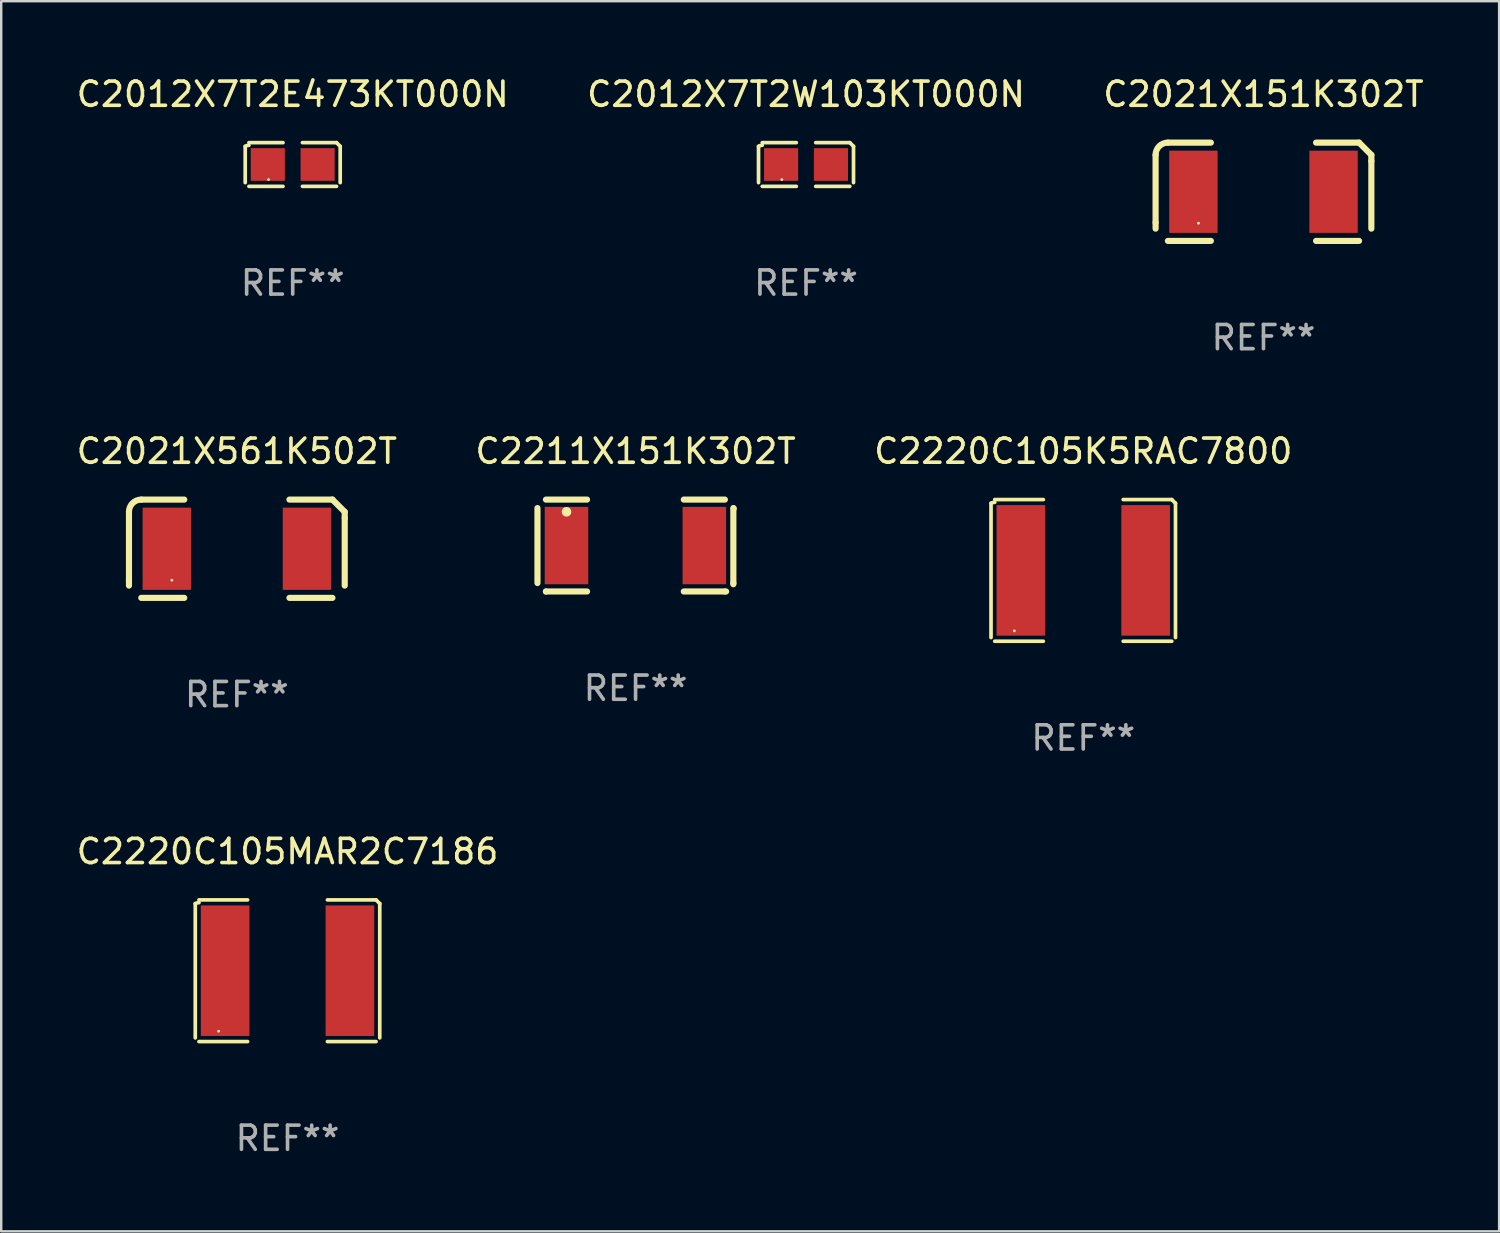
<source format=kicad_pcb>
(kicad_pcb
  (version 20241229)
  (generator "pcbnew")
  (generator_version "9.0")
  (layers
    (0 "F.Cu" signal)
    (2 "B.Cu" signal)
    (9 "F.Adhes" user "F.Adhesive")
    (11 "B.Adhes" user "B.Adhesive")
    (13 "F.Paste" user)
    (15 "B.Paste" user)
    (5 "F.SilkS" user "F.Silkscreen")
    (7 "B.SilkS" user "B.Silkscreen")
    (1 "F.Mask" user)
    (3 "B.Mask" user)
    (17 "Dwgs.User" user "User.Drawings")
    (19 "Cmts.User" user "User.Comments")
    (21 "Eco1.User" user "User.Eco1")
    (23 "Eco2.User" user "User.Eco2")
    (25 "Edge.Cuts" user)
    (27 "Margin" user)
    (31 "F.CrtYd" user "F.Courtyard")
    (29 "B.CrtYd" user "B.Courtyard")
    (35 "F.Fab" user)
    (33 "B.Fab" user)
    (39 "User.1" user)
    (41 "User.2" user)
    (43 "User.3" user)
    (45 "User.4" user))
  (footprint "C2220C105MAR2C7186"
    (layer "F.Cu")
    (at 8.839 37.091)
    (property "Reference" "C2220C105MAR2C7186" (at 0 -4.929 0) (layer "F.SilkS") (effects (font (size 1 1) (thickness 0.15))))
    (attr through_hole)
    (fp_line (start -3.814 2.776) (end -3.814 -2.776) (stroke (width 0.152) (type solid)) (layer "F.SilkS"))
    (fp_line (start -3.661 -2.929) (end -1.651 -2.929) (stroke (width 0.152) (type solid)) (layer "F.SilkS"))
    (fp_line (start -1.651 2.929) (end -3.661 2.929) (stroke (width 0.152) (type solid)) (layer "F.SilkS"))
    (fp_line (start 1.651 2.929) (end 3.661 2.929) (stroke (width 0.152) (type solid)) (layer "F.SilkS"))
    (fp_line (start 3.661 -2.929) (end 1.651 -2.929) (stroke (width 0.152) (type solid)) (layer "F.SilkS"))
    (fp_line (start 3.814 2.776) (end 3.814 -2.776) (stroke (width 0.152) (type solid)) (layer "F.SilkS"))
    (fp_arc (start -3.813614 -2.7762) (mid -3.739925 -2.805625) (end -3.661214 -2.815646) (stroke (width 0.1524) (type solid)) (layer "F.SilkS"))
    (fp_arc (start 3.661214 -2.9286) (mid 3.737425 -2.852411) (end 3.813614 -2.7762) (stroke (width 0.1524) (type solid)) (layer "F.SilkS"))
    (fp_circle (center -2.85 2.5) (end -2.82 2.5) (stroke (width 0.06) (type solid)) (fill no) (layer "F.SilkS"))
    (fp_text user "REF**" (at 0 6.929 0) (layer "F.Fab") (effects (font (size 1 1) (thickness 0.15))))
    (pad "1" smd rect (at -2.58 0) (size 2.01 5.4) (layers "F.Cu" "F.Mask" "F.Paste"))
    (pad "2" smd rect (at 2.58 0) (size 2.01 5.4) (layers "F.Cu" "F.Mask" "F.Paste")))
  (footprint "C2220C105K5RAC7800"
    (layer "F.Cu")
    (at 41.744 20.537)
    (property "Reference" "C2220C105K5RAC7800" (at 0 -4.929 0) (layer "F.SilkS") (effects (font (size 1 1) (thickness 0.15))))
    (attr through_hole)
    (fp_line (start -3.814 2.776) (end -3.814 -2.776) (stroke (width 0.152) (type solid)) (layer "F.SilkS"))
    (fp_line (start -3.661 -2.929) (end -1.651 -2.929) (stroke (width 0.152) (type solid)) (layer "F.SilkS"))
    (fp_line (start -1.651 2.929) (end -3.661 2.929) (stroke (width 0.152) (type solid)) (layer "F.SilkS"))
    (fp_line (start 1.651 2.929) (end 3.661 2.929) (stroke (width 0.152) (type solid)) (layer "F.SilkS"))
    (fp_line (start 3.661 -2.929) (end 1.651 -2.929) (stroke (width 0.152) (type solid)) (layer "F.SilkS"))
    (fp_line (start 3.814 2.776) (end 3.814 -2.776) (stroke (width 0.152) (type solid)) (layer "F.SilkS"))
    (fp_arc (start -3.813614 -2.7762) (mid -3.739925 -2.805625) (end -3.661214 -2.815646) (stroke (width 0.1524) (type solid)) (layer "F.SilkS"))
    (fp_arc (start 3.661214 -2.9286) (mid 3.737425 -2.852411) (end 3.813614 -2.7762) (stroke (width 0.1524) (type solid)) (layer "F.SilkS"))
    (fp_circle (center -2.85 2.5) (end -2.82 2.5) (stroke (width 0.06) (type solid)) (fill no) (layer "F.SilkS"))
    (fp_text user "REF**" (at 0 6.929 0) (layer "F.Fab") (effects (font (size 1 1) (thickness 0.15))))
    (pad "1" smd rect (at -2.58 0) (size 2.01 5.4) (layers "F.Cu" "F.Mask" "F.Paste"))
    (pad "2" smd rect (at 2.58 0) (size 2.01 5.4) (layers "F.Cu" "F.Mask" "F.Paste")))
  (footprint "C2021X561K502T"
    (layer "F.Cu")
    (at 6.744 19.641)
    (property "Reference" "C2021X561K502T" (at 0 -4.032 0) (layer "F.SilkS") (effects (font (size 1 1) (thickness 0.15))))
    (attr through_hole)
    (fp_line (start -4.461 -1.524) (end -4.461 1.27) (stroke (width 0.254) (type solid)) (layer "F.SilkS"))
    (fp_line (start -4.461 1.27) (end -4.461 1.524) (stroke (width 0.254) (type solid)) (layer "F.SilkS"))
    (fp_line (start -3.953 2.032) (end -2.175 2.032) (stroke (width 0.254) (type solid)) (layer "F.SilkS"))
    (fp_line (start -2.175 -2.032) (end -3.953 -2.032) (stroke (width 0.254) (type solid)) (layer "F.SilkS"))
    (fp_line (start 2.175 2.032) (end 3.953 2.032) (stroke (width 0.254) (type solid)) (layer "F.SilkS"))
    (fp_line (start 3.953 -2.032) (end 2.175 -2.032) (stroke (width 0.254) (type solid)) (layer "F.SilkS"))
    (fp_line (start 4.461 -1.27) (end 4.461 -1.524) (stroke (width 0.254) (type solid)) (layer "F.SilkS"))
    (fp_line (start 4.461 1.524) (end 4.461 -1.27) (stroke (width 0.254) (type solid)) (layer "F.SilkS"))
    (fp_arc (start -4.461494 -1.524003) (mid -4.312704 -1.883214) (end -3.953493 -2.032004) (stroke (width 0.254001) (type solid)) (layer "F.SilkS"))
    (fp_arc (start 4.461494 -1.524003) (mid 4.207365 -1.777873) (end 3.953495 -2.032002) (stroke (width 0.254001) (type solid)) (layer "F.SilkS"))
    (fp_circle (center -2.687 1.3) (end -2.657 1.3) (stroke (width 0.06) (type solid)) (fill no) (layer "F.SilkS"))
    (fp_text user "REF**" (at 0 6.032 0) (layer "F.Fab") (effects (font (size 1 1) (thickness 0.15))))
    (pad "1" smd rect (at -2.897 0) (size 2 3.4) (layers "F.Cu" "F.Mask" "F.Paste"))
    (pad "2" smd rect (at 2.898 0) (size 2 3.4) (layers "F.Cu" "F.Mask" "F.Paste")))
  (footprint "C2211X151K302T"
    (layer "F.Cu")
    (at 23.232 19.509)
    (property "Reference" "C2211X151K302T" (at 0 -3.9 0) (layer "F.SilkS") (effects (font (size 1 1) (thickness 0.15))))
    (attr through_hole)
    (fp_line (start -4.057 -1.55) (end -4.057 1.55) (stroke (width 0.254) (type solid)) (layer "F.SilkS"))
    (fp_line (start -3.707 1.9) (end -3.707 1.9) (stroke (width 0.254) (type solid)) (layer "F.SilkS"))
    (fp_line (start -2.007 -1.9) (end -3.707 -1.9) (stroke (width 0.254) (type solid)) (layer "F.SilkS"))
    (fp_line (start -2.007 1.9) (end -3.707 1.9) (stroke (width 0.254) (type solid)) (layer "F.SilkS"))
    (fp_line (start 1.993 -1.9) (end 3.693 -1.9) (stroke (width 0.254) (type solid)) (layer "F.SilkS"))
    (fp_line (start 1.993 1.9) (end 3.693 1.9) (stroke (width 0.254) (type solid)) (layer "F.SilkS"))
    (fp_line (start 3.743 1.9) (end 3.693 1.9) (stroke (width 0.254) (type solid)) (layer "F.SilkS"))
    (fp_line (start 4.043 -1.55) (end 4.043 1.55) (stroke (width 0.254) (type solid)) (layer "F.SilkS"))
    (fp_line (start 4.043 1.6) (end 4.043 1.55) (stroke (width 0.254) (type solid)) (layer "F.SilkS"))
    (fp_line (start 4.057 -1.536) (end 4.057 -1.524) (stroke (width 0.254) (type solid)) (layer "F.SilkS"))
    (fp_circle (center -2.857 -1.395) (end -2.757 -1.395) (stroke (width 0.2) (type solid)) (fill no) (layer "F.SilkS"))
    (fp_text user "REF**" (at 0 5.9 0) (layer "F.Fab") (effects (font (size 1 1) (thickness 0.15))))
    (pad "1" smd rect (at -2.857 0 90) (size 3.2 1.8) (layers "F.Cu" "F.Mask" "F.Paste"))
    (pad "2" smd rect (at 2.843 0 90) (size 3.2 1.8) (layers "F.Cu" "F.Mask" "F.Paste")))
  (footprint "C2012X7T2E473KT000N"
    (layer "F.Cu")
    (at 9.054 3.752)
    (property "Reference" "C2012X7T2E473KT000N" (at 0 -2.904 0) (layer "F.SilkS") (effects (font (size 1 1) (thickness 0.15))))
    (attr through_hole)
    (fp_line (start -1.964 0.751) (end -1.964 -0.751) (stroke (width 0.152) (type solid)) (layer "F.SilkS"))
    (fp_line (start -1.811 -0.904) (end -0.401 -0.904) (stroke (width 0.152) (type solid)) (layer "F.SilkS"))
    (fp_line (start -0.401 0.904) (end -1.811 0.904) (stroke (width 0.152) (type solid)) (layer "F.SilkS"))
    (fp_line (start 0.401 0.904) (end 1.811 0.904) (stroke (width 0.152) (type solid)) (layer "F.SilkS"))
    (fp_line (start 1.811 -0.904) (end 0.401 -0.904) (stroke (width 0.152) (type solid)) (layer "F.SilkS"))
    (fp_line (start 1.964 0.751) (end 1.964 -0.751) (stroke (width 0.152) (type solid)) (layer "F.SilkS"))
    (fp_arc (start -1.963602 -0.751207) (mid -1.890354 -0.783131) (end -1.811201 -0.794044) (stroke (width 0.1524) (type solid)) (layer "F.SilkS"))
    (fp_arc (start 1.811202 -0.903607) (mid 1.887413 -0.827418) (end 1.963602 -0.751207) (stroke (width 0.1524) (type solid)) (layer "F.SilkS"))
    (fp_circle (center -1 0.625) (end -0.97 0.625) (stroke (width 0.06) (type solid)) (fill no) (layer "F.SilkS"))
    (fp_text user "REF**" (at 0 4.904 0) (layer "F.Fab") (effects (font (size 1 1) (thickness 0.15))))
    (pad "1" smd rect (at -1.03 0) (size 1.41 1.35) (layers "F.Cu" "F.Mask" "F.Paste"))
    (pad "2" smd rect (at 1.03 0) (size 1.41 1.35) (layers "F.Cu" "F.Mask" "F.Paste")))
  (footprint "C2012X7T2W103KT000N"
    (layer "F.Cu")
    (at 30.28 3.752)
    (property "Reference" "C2012X7T2W103KT000N" (at 0 -2.904 0) (layer "F.SilkS") (effects (font (size 1 1) (thickness 0.15))))
    (attr through_hole)
    (fp_line (start -1.964 0.751) (end -1.964 -0.751) (stroke (width 0.152) (type solid)) (layer "F.SilkS"))
    (fp_line (start -1.811 -0.904) (end -0.401 -0.904) (stroke (width 0.152) (type solid)) (layer "F.SilkS"))
    (fp_line (start -0.401 0.904) (end -1.811 0.904) (stroke (width 0.152) (type solid)) (layer "F.SilkS"))
    (fp_line (start 0.401 0.904) (end 1.811 0.904) (stroke (width 0.152) (type solid)) (layer "F.SilkS"))
    (fp_line (start 1.811 -0.904) (end 0.401 -0.904) (stroke (width 0.152) (type solid)) (layer "F.SilkS"))
    (fp_line (start 1.964 0.751) (end 1.964 -0.751) (stroke (width 0.152) (type solid)) (layer "F.SilkS"))
    (fp_arc (start -1.963602 -0.751207) (mid -1.890354 -0.783131) (end -1.811201 -0.794044) (stroke (width 0.1524) (type solid)) (layer "F.SilkS"))
    (fp_arc (start 1.811202 -0.903607) (mid 1.887413 -0.827418) (end 1.963602 -0.751207) (stroke (width 0.1524) (type solid)) (layer "F.SilkS"))
    (fp_circle (center -1 0.625) (end -0.97 0.625) (stroke (width 0.06) (type solid)) (fill no) (layer "F.SilkS"))
    (fp_text user "REF**" (at 0 4.904 0) (layer "F.Fab") (effects (font (size 1 1) (thickness 0.15))))
    (pad "1" smd rect (at -1.03 0) (size 1.41 1.35) (layers "F.Cu" "F.Mask" "F.Paste"))
    (pad "2" smd rect (at 1.03 0) (size 1.41 1.35) (layers "F.Cu" "F.Mask" "F.Paste")))
  (footprint "C2021X151K302T"
    (layer "F.Cu")
    (at 49.196 4.88)
    (property "Reference" "C2021X151K302T" (at 0 -4.032 0) (layer "F.SilkS") (effects (font (size 1 1) (thickness 0.15))))
    (attr through_hole)
    (fp_line (start -4.461 -1.524) (end -4.461 1.27) (stroke (width 0.254) (type solid)) (layer "F.SilkS"))
    (fp_line (start -4.461 1.27) (end -4.461 1.524) (stroke (width 0.254) (type solid)) (layer "F.SilkS"))
    (fp_line (start -3.953 2.032) (end -2.175 2.032) (stroke (width 0.254) (type solid)) (layer "F.SilkS"))
    (fp_line (start -2.175 -2.032) (end -3.953 -2.032) (stroke (width 0.254) (type solid)) (layer "F.SilkS"))
    (fp_line (start 2.175 2.032) (end 3.953 2.032) (stroke (width 0.254) (type solid)) (layer "F.SilkS"))
    (fp_line (start 3.953 -2.032) (end 2.175 -2.032) (stroke (width 0.254) (type solid)) (layer "F.SilkS"))
    (fp_line (start 4.461 -1.27) (end 4.461 -1.524) (stroke (width 0.254) (type solid)) (layer "F.SilkS"))
    (fp_line (start 4.461 1.524) (end 4.461 -1.27) (stroke (width 0.254) (type solid)) (layer "F.SilkS"))
    (fp_arc (start -4.461494 -1.524003) (mid -4.312704 -1.883214) (end -3.953493 -2.032004) (stroke (width 0.254001) (type solid)) (layer "F.SilkS"))
    (fp_arc (start 4.461494 -1.524003) (mid 4.207365 -1.777873) (end 3.953495 -2.032002) (stroke (width 0.254001) (type solid)) (layer "F.SilkS"))
    (fp_circle (center -2.687 1.3) (end -2.657 1.3) (stroke (width 0.06) (type solid)) (fill no) (layer "F.SilkS"))
    (fp_text user "REF**" (at 0 6.032 0) (layer "F.Fab") (effects (font (size 1 1) (thickness 0.15))))
    (pad "1" smd rect (at -2.897 0) (size 2 3.4) (layers "F.Cu" "F.Mask" "F.Paste"))
    (pad "2" smd rect (at 2.898 0) (size 2 3.4) (layers "F.Cu" "F.Mask" "F.Paste")))
  (gr_rect
    (start -3 -3)
    (end 58.94 47.868)
    (stroke (width 0.1) (type default))
    (fill no)
    (layer "Edge.Cuts")))
</source>
